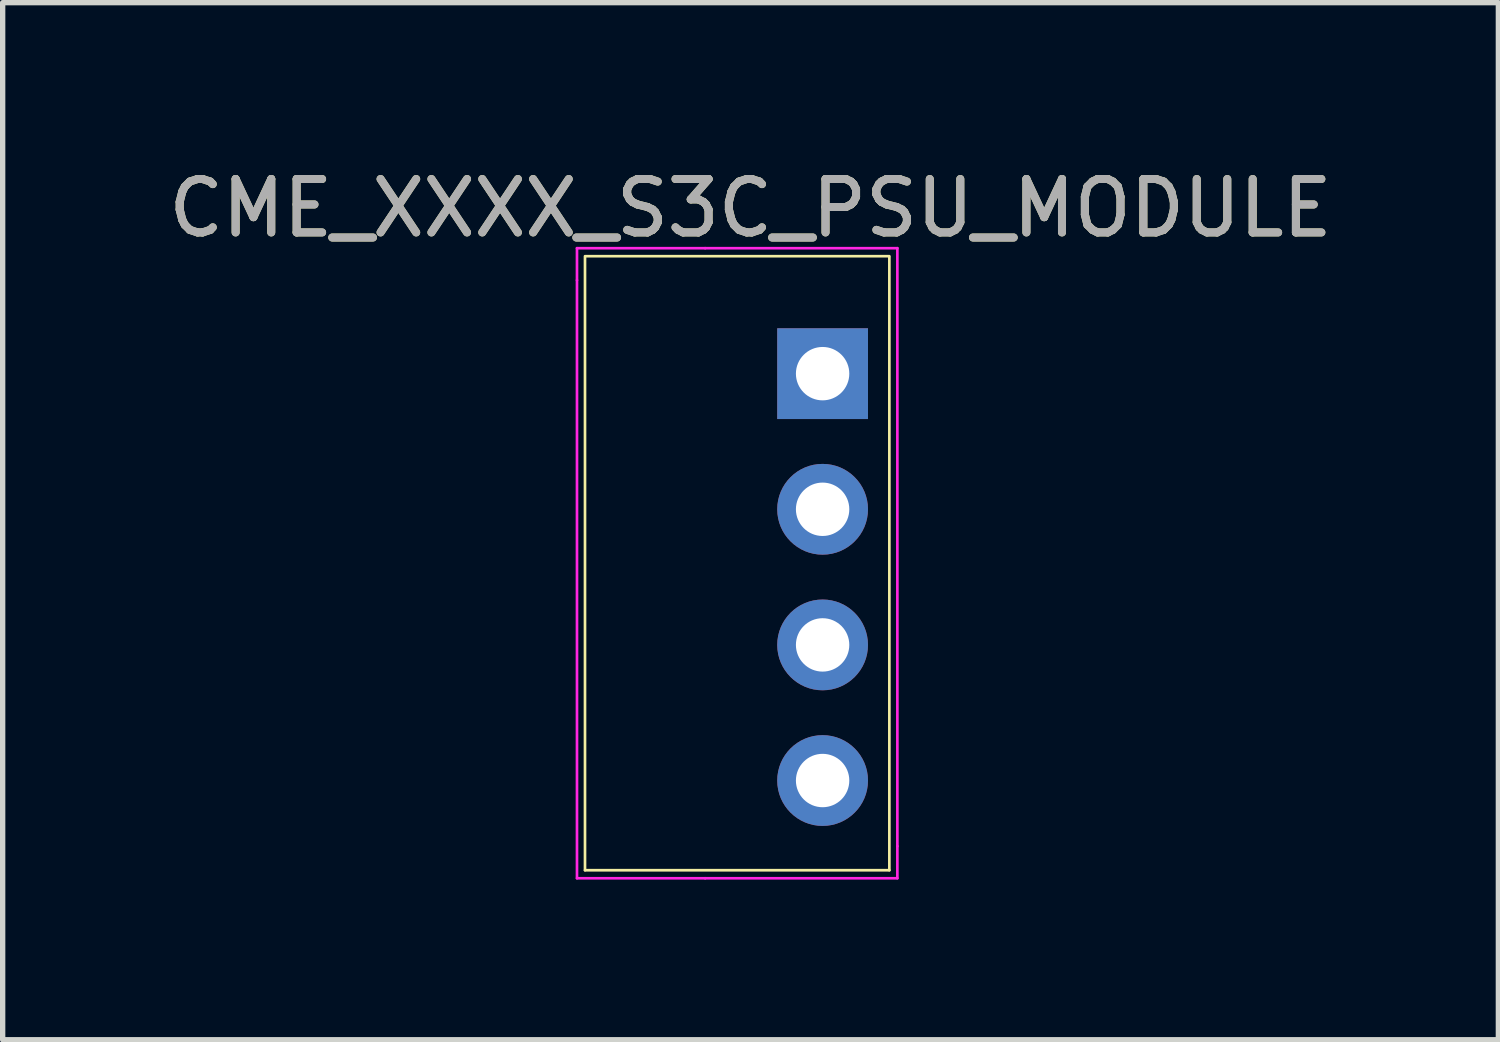
<source format=kicad_pcb>
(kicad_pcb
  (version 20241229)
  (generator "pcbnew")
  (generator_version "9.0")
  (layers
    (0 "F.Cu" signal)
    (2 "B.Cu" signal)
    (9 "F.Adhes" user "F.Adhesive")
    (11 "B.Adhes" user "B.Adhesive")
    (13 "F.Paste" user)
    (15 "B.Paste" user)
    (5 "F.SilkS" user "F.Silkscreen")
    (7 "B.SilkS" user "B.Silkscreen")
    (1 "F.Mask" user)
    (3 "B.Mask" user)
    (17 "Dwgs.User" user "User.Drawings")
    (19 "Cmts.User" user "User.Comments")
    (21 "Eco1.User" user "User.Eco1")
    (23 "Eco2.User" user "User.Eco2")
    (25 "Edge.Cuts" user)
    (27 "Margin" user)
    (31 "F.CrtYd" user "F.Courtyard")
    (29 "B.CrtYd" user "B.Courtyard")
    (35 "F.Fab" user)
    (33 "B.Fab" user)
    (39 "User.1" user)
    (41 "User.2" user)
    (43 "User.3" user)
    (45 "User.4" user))
  (footprint "CME_XXXX_S3C_PSU_MODULE"
    (layer "F.Cu")
    (at 12.356 3.948)
    (property "Reference" "CME_XXXX_S3C_PSU_MODULE" (at -1.35 -3.1 0) (layer "F.SilkS") (effects (font (size 1 1) (thickness 0.15))))
    (attr through_hole)
    (fp_line (start -4.45 -2.18) (end -4.45 9.3) (stroke (width 0.05) (type solid)) (layer "F.SilkS"))
    (fp_line (start -4.45 9.3) (end 1.25 9.3) (stroke (width 0.05) (type solid)) (layer "F.SilkS"))
    (fp_line (start 1.25 -2.2) (end -4.45 -2.2) (stroke (width 0.05) (type solid)) (layer "F.SilkS"))
    (fp_line (start 1.25 -2.18) (end 1.25 9.3) (stroke (width 0.05) (type solid)) (layer "F.SilkS"))
    (fp_line (start -4.6 -1.75) (end -4.6 -2.35) (stroke (width 0.05) (type solid)) (layer "F.CrtYd"))
    (fp_line (start -4.6 -1.75) (end -4.6 9.45) (stroke (width 0.05) (type solid)) (layer "F.CrtYd"))
    (fp_line (start -2.2 -2.35) (end -4.6 -2.35) (stroke (width 0.05) (type solid)) (layer "F.CrtYd"))
    (fp_line (start -2.2 9.45) (end -4.6 9.45) (stroke (width 0.05) (type solid)) (layer "F.CrtYd"))
    (fp_line (start -2.2 9.45) (end 1.4 9.45) (stroke (width 0.05) (type solid)) (layer "F.CrtYd"))
    (fp_line (start 1.4 -2.35) (end -2.2 -2.35) (stroke (width 0.05) (type solid)) (layer "F.CrtYd"))
    (fp_line (start 1.4 8.85) (end 1.4 -2.35) (stroke (width 0.05) (type solid)) (layer "F.CrtYd"))
    (fp_line (start 1.4 8.85) (end 1.4 9.45) (stroke (width 0.05) (type solid)) (layer "F.CrtYd"))
    (fp_text user "${REFERENCE}" (at -1.35 -3.1 0) (layer "F.Fab") (effects (font (size 1 1) (thickness 0.15))))
    (pad "1" thru_hole oval (at 0 7.62) (size 1.7 1.7) (drill 1) (layers "*.Cu" "*.Mask"))
    (pad "2" thru_hole oval (at 0 5.08) (size 1.7 1.7) (drill 1) (layers "*.Cu" "*.Mask"))
    (pad "3" thru_hole oval (at 0 2.54) (size 1.7 1.7) (drill 1) (layers "*.Cu" "*.Mask"))
    (pad "4" thru_hole rect (at 0 0) (size 1.7 1.7) (drill 1) (layers "*.Cu" "*.Mask")))
  (gr_rect
    (start -3 -3)
    (end 25.012 16.423)
    (stroke (width 0.1) (type default))
    (fill no)
    (layer "Edge.Cuts")))
</source>
